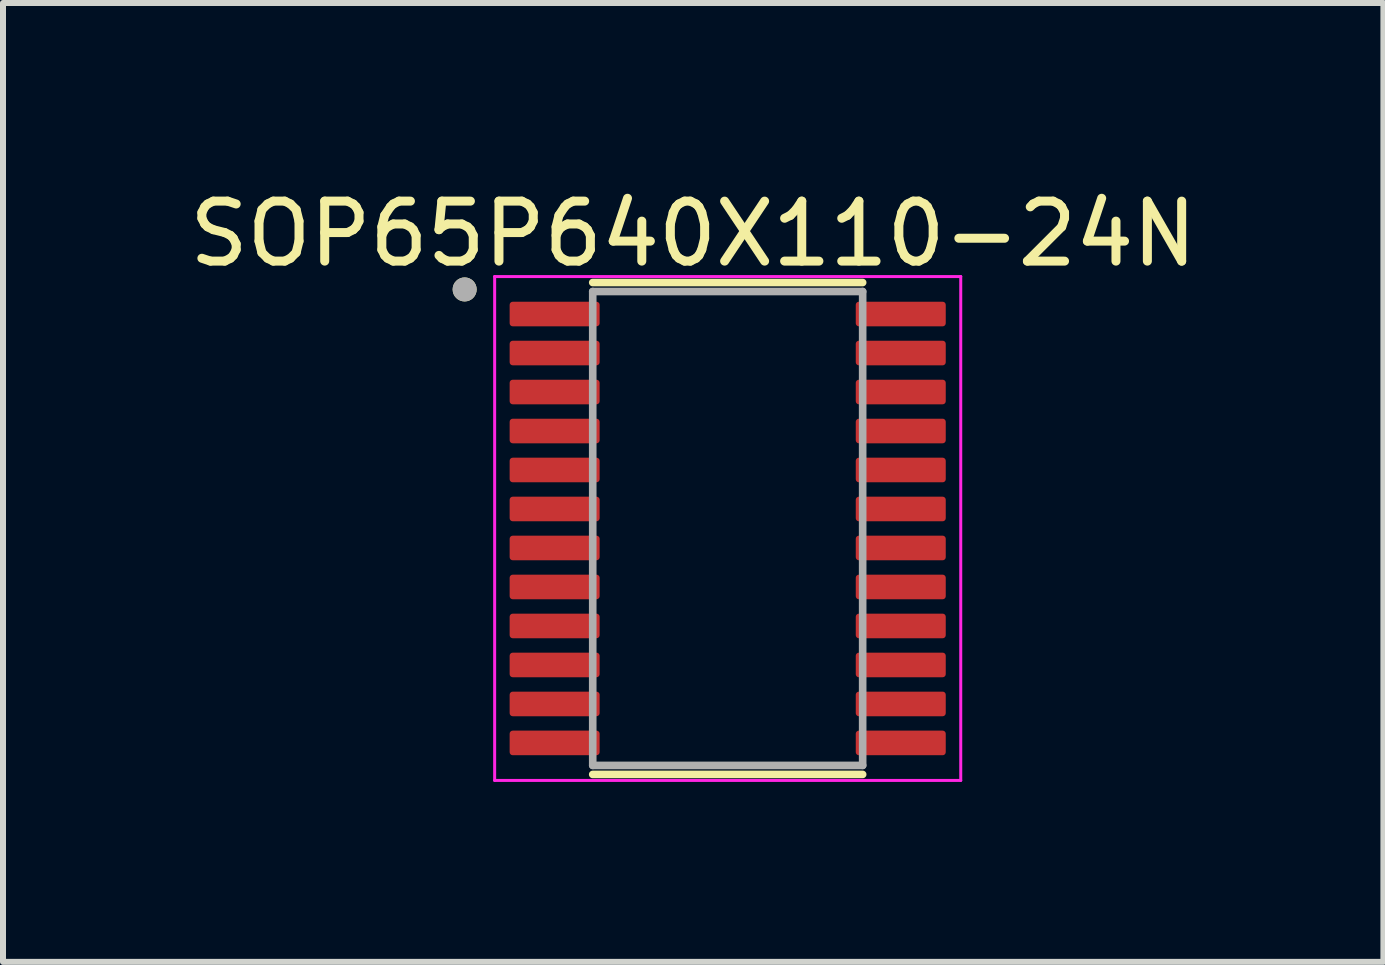
<source format=kicad_pcb>
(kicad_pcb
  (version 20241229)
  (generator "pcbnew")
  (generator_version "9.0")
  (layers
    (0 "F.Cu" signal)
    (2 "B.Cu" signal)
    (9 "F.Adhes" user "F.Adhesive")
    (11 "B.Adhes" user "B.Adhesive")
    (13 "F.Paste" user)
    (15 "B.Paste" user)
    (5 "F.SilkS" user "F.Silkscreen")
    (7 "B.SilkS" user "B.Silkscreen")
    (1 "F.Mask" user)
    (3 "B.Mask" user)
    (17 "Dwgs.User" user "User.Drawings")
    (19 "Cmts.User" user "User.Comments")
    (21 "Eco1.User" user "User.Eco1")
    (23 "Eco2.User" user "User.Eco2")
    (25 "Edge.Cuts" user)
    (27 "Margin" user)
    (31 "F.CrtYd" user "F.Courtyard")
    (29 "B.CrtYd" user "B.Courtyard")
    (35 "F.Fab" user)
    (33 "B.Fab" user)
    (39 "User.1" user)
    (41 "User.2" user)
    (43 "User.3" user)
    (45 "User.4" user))
  (footprint "SOP65P640X110-24N"
    (layer "F.Cu")
    (at 9.081 5.76)
    (property "Reference" "SOP65P640X110-24N" (at -0.575 -4.912 0) (layer "F.SilkS") (effects (font (size 1 1) (thickness 0.15))))
    (attr smd)
    (fp_line (start -2.25 -4.1) (end 2.25 -4.1) (stroke (width 0.127) (type solid)) (layer "F.SilkS"))
    (fp_line (start -2.25 4.1) (end 2.25 4.1) (stroke (width 0.127) (type solid)) (layer "F.SilkS"))
    (fp_circle (center -4.385 -3.985) (end -4.285 -3.985) (stroke (width 0.2) (type solid)) (fill no) (layer "F.SilkS"))
    (fp_line (start -3.885 -4.2) (end -3.885 4.2) (stroke (width 0.05) (type solid)) (layer "F.CrtYd"))
    (fp_line (start -3.885 -4.2) (end 3.885 -4.2) (stroke (width 0.05) (type solid)) (layer "F.CrtYd"))
    (fp_line (start -3.885 4.2) (end 3.885 4.2) (stroke (width 0.05) (type solid)) (layer "F.CrtYd"))
    (fp_line (start 3.885 -4.2) (end 3.885 4.2) (stroke (width 0.05) (type solid)) (layer "F.CrtYd"))
    (fp_line (start -2.25 -3.95) (end -2.25 3.95) (stroke (width 0.127) (type solid)) (layer "F.Fab"))
    (fp_line (start -2.25 -3.95) (end 2.25 -3.95) (stroke (width 0.127) (type solid)) (layer "F.Fab"))
    (fp_line (start -2.25 3.95) (end 2.25 3.95) (stroke (width 0.127) (type solid)) (layer "F.Fab"))
    (fp_line (start 2.25 -3.95) (end 2.25 3.95) (stroke (width 0.127) (type solid)) (layer "F.Fab"))
    (fp_circle (center -4.385 -3.985) (end -4.285 -3.985) (stroke (width 0.2) (type solid)) (fill no) (layer "F.Fab"))
    (pad "1" smd roundrect (at -2.885 -3.575) (size 1.5 0.41) (layers "F.Cu" "F.Mask" "F.Paste") (roundrect_rratio 0.125))
    (pad "2" smd roundrect (at -2.885 -2.925) (size 1.5 0.41) (layers "F.Cu" "F.Mask" "F.Paste") (roundrect_rratio 0.125))
    (pad "3" smd roundrect (at -2.885 -2.275) (size 1.5 0.41) (layers "F.Cu" "F.Mask" "F.Paste") (roundrect_rratio 0.125))
    (pad "4" smd roundrect (at -2.885 -1.625) (size 1.5 0.41) (layers "F.Cu" "F.Mask" "F.Paste") (roundrect_rratio 0.125))
    (pad "5" smd roundrect (at -2.885 -0.975) (size 1.5 0.41) (layers "F.Cu" "F.Mask" "F.Paste") (roundrect_rratio 0.125))
    (pad "6" smd roundrect (at -2.885 -0.325) (size 1.5 0.41) (layers "F.Cu" "F.Mask" "F.Paste") (roundrect_rratio 0.125))
    (pad "7" smd roundrect (at -2.885 0.325) (size 1.5 0.41) (layers "F.Cu" "F.Mask" "F.Paste") (roundrect_rratio 0.125))
    (pad "8" smd roundrect (at -2.885 0.975) (size 1.5 0.41) (layers "F.Cu" "F.Mask" "F.Paste") (roundrect_rratio 0.125))
    (pad "9" smd roundrect (at -2.885 1.625) (size 1.5 0.41) (layers "F.Cu" "F.Mask" "F.Paste") (roundrect_rratio 0.125))
    (pad "10" smd roundrect (at -2.885 2.275) (size 1.5 0.41) (layers "F.Cu" "F.Mask" "F.Paste") (roundrect_rratio 0.125))
    (pad "11" smd roundrect (at -2.885 2.925) (size 1.5 0.41) (layers "F.Cu" "F.Mask" "F.Paste") (roundrect_rratio 0.125))
    (pad "12" smd roundrect (at -2.885 3.575) (size 1.5 0.41) (layers "F.Cu" "F.Mask" "F.Paste") (roundrect_rratio 0.125))
    (pad "13" smd roundrect (at 2.885 3.575) (size 1.5 0.41) (layers "F.Cu" "F.Mask" "F.Paste") (roundrect_rratio 0.125))
    (pad "14" smd roundrect (at 2.885 2.925) (size 1.5 0.41) (layers "F.Cu" "F.Mask" "F.Paste") (roundrect_rratio 0.125))
    (pad "15" smd roundrect (at 2.885 2.275) (size 1.5 0.41) (layers "F.Cu" "F.Mask" "F.Paste") (roundrect_rratio 0.125))
    (pad "16" smd roundrect (at 2.885 1.625) (size 1.5 0.41) (layers "F.Cu" "F.Mask" "F.Paste") (roundrect_rratio 0.125))
    (pad "17" smd roundrect (at 2.885 0.975) (size 1.5 0.41) (layers "F.Cu" "F.Mask" "F.Paste") (roundrect_rratio 0.125))
    (pad "18" smd roundrect (at 2.885 0.325) (size 1.5 0.41) (layers "F.Cu" "F.Mask" "F.Paste") (roundrect_rratio 0.125))
    (pad "19" smd roundrect (at 2.885 -0.325) (size 1.5 0.41) (layers "F.Cu" "F.Mask" "F.Paste") (roundrect_rratio 0.125))
    (pad "20" smd roundrect (at 2.885 -0.975) (size 1.5 0.41) (layers "F.Cu" "F.Mask" "F.Paste") (roundrect_rratio 0.125))
    (pad "21" smd roundrect (at 2.885 -1.625) (size 1.5 0.41) (layers "F.Cu" "F.Mask" "F.Paste") (roundrect_rratio 0.125))
    (pad "22" smd roundrect (at 2.885 -2.275) (size 1.5 0.41) (layers "F.Cu" "F.Mask" "F.Paste") (roundrect_rratio 0.125))
    (pad "23" smd roundrect (at 2.885 -2.925) (size 1.5 0.41) (layers "F.Cu" "F.Mask" "F.Paste") (roundrect_rratio 0.125))
    (pad "24" smd roundrect (at 2.885 -3.575) (size 1.5 0.41) (layers "F.Cu" "F.Mask" "F.Paste") (roundrect_rratio 0.125)))
  (gr_rect
    (start -3 -3)
    (end 20.012 12.985)
    (stroke (width 0.1) (type default))
    (fill no)
    (layer "Edge.Cuts")))
</source>
